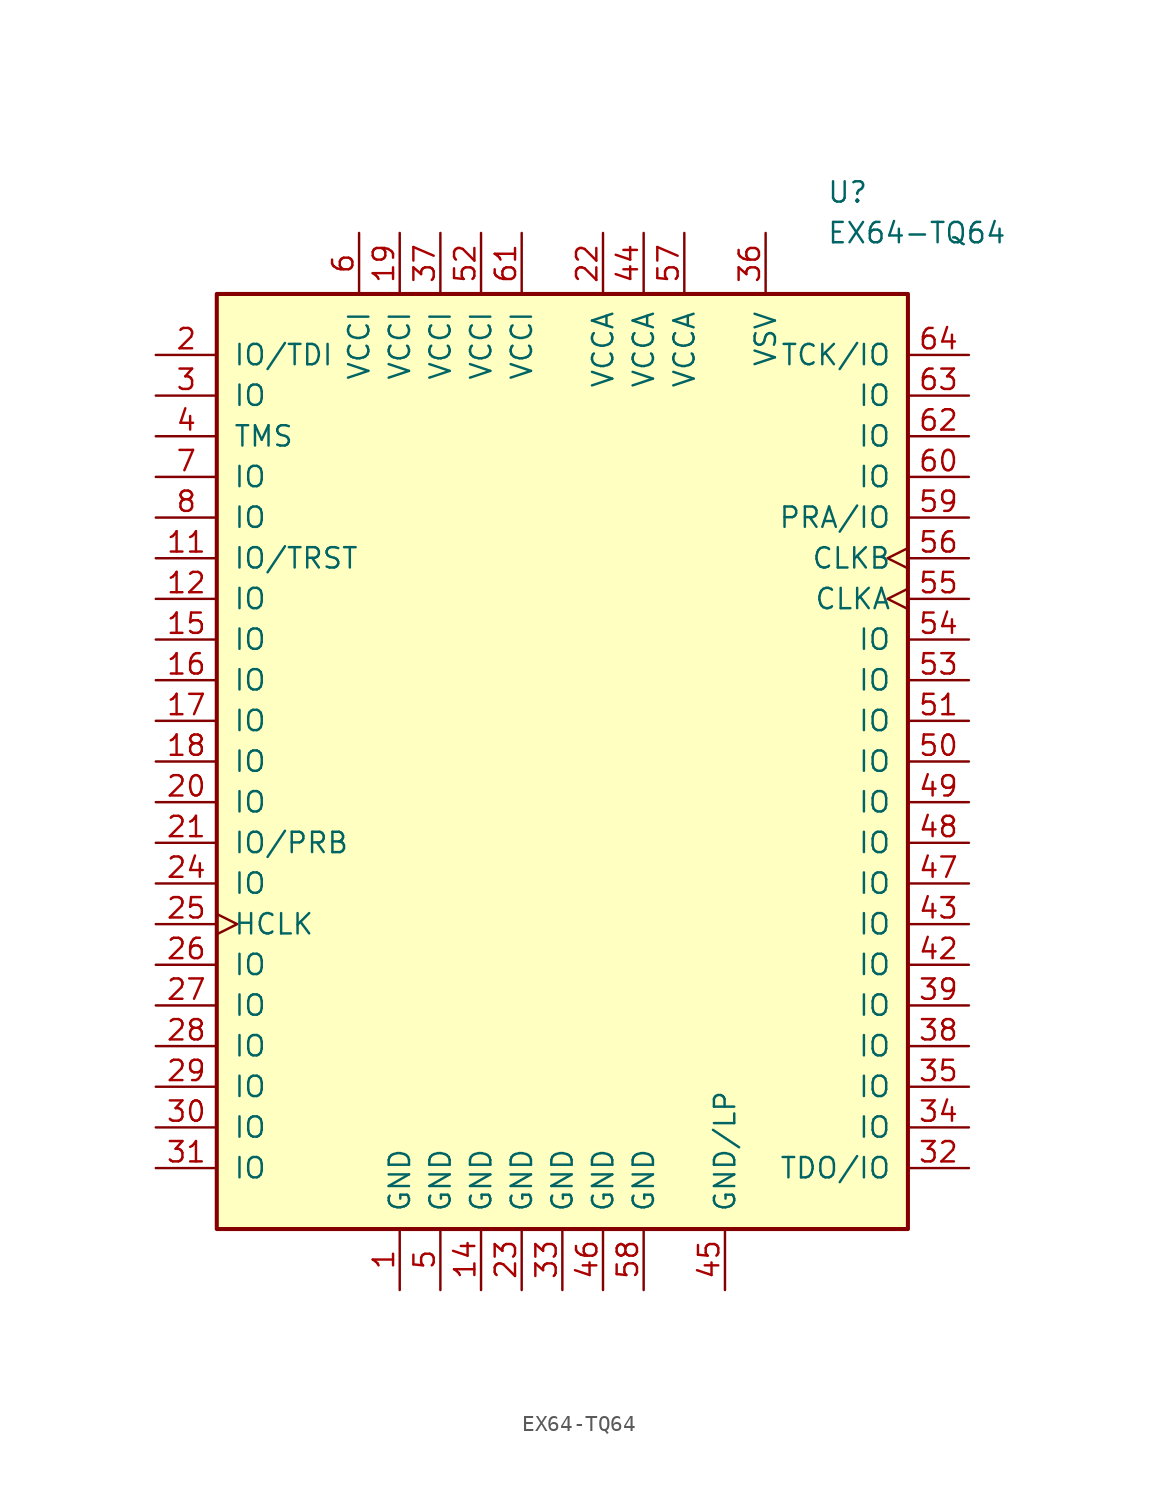
<source format=kicad_sym>
(kicad_symbol_lib
  (version 20211014)
  (generator kicad_symbol_editor)
  (symbol "EX64-TQ64"
    (pin_names
      (offset 1.016))
    (property "Reference" "U"
      (at 16.51 35.56 0)
      (effects (font (size 1.27 1.27)) (justify left)))
    (property "Value" "EX64-TQ64"
      (at 16.51 33.02 0)
      (effects (font (size 1.27 1.27)) (justify left)))
    (symbol "EX64-TQ64_0_1"
      (rectangle (start -21.59 29.21) (end 21.59 -29.21) (stroke (width 0.254) (type default) (color 0 0 0 0)) (fill (type background))))
    (symbol "EX64-TQ64_1_1"
      (pin power_out line (at -10.16 -33.02 90) (length 3.81) (name "GND" (effects (font (size 1.27 1.27)))) (number "1" (effects (font (size 1.27 1.27)))))
      (pin bidirectional line (at -25.4 12.7 0) (length 3.81) (name "IO/TRST" (effects (font (size 1.27 1.27)))) (number "11" (effects (font (size 1.27 1.27)))))
      (pin bidirectional line (at -25.4 10.16 0) (length 3.81) (name "IO" (effects (font (size 1.27 1.27)))) (number "12" (effects (font (size 1.27 1.27)))))
      (pin power_out line (at -5.08 -33.02 90) (length 3.81) (name "GND" (effects (font (size 1.27 1.27)))) (number "14" (effects (font (size 1.27 1.27)))))
      (pin bidirectional line (at -25.4 7.62 0) (length 3.81) (name "IO" (effects (font (size 1.27 1.27)))) (number "15" (effects (font (size 1.27 1.27)))))
      (pin bidirectional line (at -25.4 5.08 0) (length 3.81) (name "IO" (effects (font (size 1.27 1.27)))) (number "16" (effects (font (size 1.27 1.27)))))
      (pin bidirectional line (at -25.4 2.54 0) (length 3.81) (name "IO" (effects (font (size 1.27 1.27)))) (number "17" (effects (font (size 1.27 1.27)))))
      (pin bidirectional line (at -25.4 0 0) (length 3.81) (name "IO" (effects (font (size 1.27 1.27)))) (number "18" (effects (font (size 1.27 1.27)))))
      (pin power_in line (at -10.16 33.02 270) (length 3.81) (name "VCCI" (effects (font (size 1.27 1.27)))) (number "19" (effects (font (size 1.27 1.27)))))
      (pin bidirectional line (at -25.4 25.4 0) (length 3.81) (name "IO/TDI" (effects (font (size 1.27 1.27)))) (number "2" (effects (font (size 1.27 1.27)))))
      (pin bidirectional line (at -25.4 -2.54 0) (length 3.81) (name "IO" (effects (font (size 1.27 1.27)))) (number "20" (effects (font (size 1.27 1.27)))))
      (pin bidirectional line (at -25.4 -5.08 0) (length 3.81) (name "IO/PRB" (effects (font (size 1.27 1.27)))) (number "21" (effects (font (size 1.27 1.27)))))
      (pin power_in line (at 2.54 33.02 270) (length 3.81) (name "VCCA" (effects (font (size 1.27 1.27)))) (number "22" (effects (font (size 1.27 1.27)))))
      (pin power_out line (at -2.54 -33.02 90) (length 3.81) (name "GND" (effects (font (size 1.27 1.27)))) (number "23" (effects (font (size 1.27 1.27)))))
      (pin bidirectional line (at -25.4 -7.62 0) (length 3.81) (name "IO" (effects (font (size 1.27 1.27)))) (number "24" (effects (font (size 1.27 1.27)))))
      (pin input clock (at -25.4 -10.16 0) (length 3.81) (name "HCLK" (effects (font (size 1.27 1.27)))) (number "25" (effects (font (size 1.27 1.27)))))
      (pin bidirectional line (at -25.4 -12.7 0) (length 3.81) (name "IO" (effects (font (size 1.27 1.27)))) (number "26" (effects (font (size 1.27 1.27)))))
      (pin bidirectional line (at -25.4 -15.24 0) (length 3.81) (name "IO" (effects (font (size 1.27 1.27)))) (number "27" (effects (font (size 1.27 1.27)))))
      (pin bidirectional line (at -25.4 -17.78 0) (length 3.81) (name "IO" (effects (font (size 1.27 1.27)))) (number "28" (effects (font (size 1.27 1.27)))))
      (pin bidirectional line (at -25.4 -20.32 0) (length 3.81) (name "IO" (effects (font (size 1.27 1.27)))) (number "29" (effects (font (size 1.27 1.27)))))
      (pin bidirectional line (at -25.4 22.86 0) (length 3.81) (name "IO" (effects (font (size 1.27 1.27)))) (number "3" (effects (font (size 1.27 1.27)))))
      (pin bidirectional line (at -25.4 -22.86 0) (length 3.81) (name "IO" (effects (font (size 1.27 1.27)))) (number "30" (effects (font (size 1.27 1.27)))))
      (pin bidirectional line (at -25.4 -25.4 0) (length 3.81) (name "IO" (effects (font (size 1.27 1.27)))) (number "31" (effects (font (size 1.27 1.27)))))
      (pin bidirectional line (at 25.4 -25.4 180) (length 3.81) (name "TDO/IO" (effects (font (size 1.27 1.27)))) (number "32" (effects (font (size 1.27 1.27)))))
      (pin power_out line (at 0 -33.02 90) (length 3.81) (name "GND" (effects (font (size 1.27 1.27)))) (number "33" (effects (font (size 1.27 1.27)))))
      (pin bidirectional line (at 25.4 -22.86 180) (length 3.81) (name "IO" (effects (font (size 1.27 1.27)))) (number "34" (effects (font (size 1.27 1.27)))))
      (pin bidirectional line (at 25.4 -20.32 180) (length 3.81) (name "IO" (effects (font (size 1.27 1.27)))) (number "35" (effects (font (size 1.27 1.27)))))
      (pin power_in line (at 12.7 33.02 270) (length 3.81) (name "VSV" (effects (font (size 1.27 1.27)))) (number "36" (effects (font (size 1.27 1.27)))))
      (pin power_in line (at -7.62 33.02 270) (length 3.81) (name "VCCI" (effects (font (size 1.27 1.27)))) (number "37" (effects (font (size 1.27 1.27)))))
      (pin bidirectional line (at 25.4 -17.78 180) (length 3.81) (name "IO" (effects (font (size 1.27 1.27)))) (number "38" (effects (font (size 1.27 1.27)))))
      (pin bidirectional line (at 25.4 -15.24 180) (length 3.81) (name "IO" (effects (font (size 1.27 1.27)))) (number "39" (effects (font (size 1.27 1.27)))))
      (pin input line (at -25.4 20.32 0) (length 3.81) (name "TMS" (effects (font (size 1.27 1.27)))) (number "4" (effects (font (size 1.27 1.27)))))
      (pin bidirectional line (at 25.4 -12.7 180) (length 3.81) (name "IO" (effects (font (size 1.27 1.27)))) (number "42" (effects (font (size 1.27 1.27)))))
      (pin bidirectional line (at 25.4 -10.16 180) (length 3.81) (name "IO" (effects (font (size 1.27 1.27)))) (number "43" (effects (font (size 1.27 1.27)))))
      (pin power_in line (at 5.08 33.02 270) (length 3.81) (name "VCCA" (effects (font (size 1.27 1.27)))) (number "44" (effects (font (size 1.27 1.27)))))
      (pin power_out line (at 10.16 -33.02 90) (length 3.81) (name "GND/LP" (effects (font (size 1.27 1.27)))) (number "45" (effects (font (size 1.27 1.27)))))
      (pin power_out line (at 2.54 -33.02 90) (length 3.81) (name "GND" (effects (font (size 1.27 1.27)))) (number "46" (effects (font (size 1.27 1.27)))))
      (pin bidirectional line (at 25.4 -7.62 180) (length 3.81) (name "IO" (effects (font (size 1.27 1.27)))) (number "47" (effects (font (size 1.27 1.27)))))
      (pin bidirectional line (at 25.4 -5.08 180) (length 3.81) (name "IO" (effects (font (size 1.27 1.27)))) (number "48" (effects (font (size 1.27 1.27)))))
      (pin bidirectional line (at 25.4 -2.54 180) (length 3.81) (name "IO" (effects (font (size 1.27 1.27)))) (number "49" (effects (font (size 1.27 1.27)))))
      (pin power_out line (at -7.62 -33.02 90) (length 3.81) (name "GND" (effects (font (size 1.27 1.27)))) (number "5" (effects (font (size 1.27 1.27)))))
      (pin bidirectional line (at 25.4 0 180) (length 3.81) (name "IO" (effects (font (size 1.27 1.27)))) (number "50" (effects (font (size 1.27 1.27)))))
      (pin bidirectional line (at 25.4 2.54 180) (length 3.81) (name "IO" (effects (font (size 1.27 1.27)))) (number "51" (effects (font (size 1.27 1.27)))))
      (pin power_in line (at -5.08 33.02 270) (length 3.81) (name "VCCI" (effects (font (size 1.27 1.27)))) (number "52" (effects (font (size 1.27 1.27)))))
      (pin bidirectional line (at 25.4 5.08 180) (length 3.81) (name "IO" (effects (font (size 1.27 1.27)))) (number "53" (effects (font (size 1.27 1.27)))))
      (pin bidirectional line (at 25.4 7.62 180) (length 3.81) (name "IO" (effects (font (size 1.27 1.27)))) (number "54" (effects (font (size 1.27 1.27)))))
      (pin input clock (at 25.4 10.16 180) (length 3.81) (name "CLKA" (effects (font (size 1.27 1.27)))) (number "55" (effects (font (size 1.27 1.27)))))
      (pin input clock (at 25.4 12.7 180) (length 3.81) (name "CLKB" (effects (font (size 1.27 1.27)))) (number "56" (effects (font (size 1.27 1.27)))))
      (pin power_in line (at 7.62 33.02 270) (length 3.81) (name "VCCA" (effects (font (size 1.27 1.27)))) (number "57" (effects (font (size 1.27 1.27)))))
      (pin power_out line (at 5.08 -33.02 90) (length 3.81) (name "GND" (effects (font (size 1.27 1.27)))) (number "58" (effects (font (size 1.27 1.27)))))
      (pin bidirectional line (at 25.4 15.24 180) (length 3.81) (name "PRA/IO" (effects (font (size 1.27 1.27)))) (number "59" (effects (font (size 1.27 1.27)))))
      (pin power_in line (at -12.7 33.02 270) (length 3.81) (name "VCCI" (effects (font (size 1.27 1.27)))) (number "6" (effects (font (size 1.27 1.27)))))
      (pin bidirectional line (at 25.4 17.78 180) (length 3.81) (name "IO" (effects (font (size 1.27 1.27)))) (number "60" (effects (font (size 1.27 1.27)))))
      (pin power_in line (at -2.54 33.02 270) (length 3.81) (name "VCCI" (effects (font (size 1.27 1.27)))) (number "61" (effects (font (size 1.27 1.27)))))
      (pin bidirectional line (at 25.4 20.32 180) (length 3.81) (name "IO" (effects (font (size 1.27 1.27)))) (number "62" (effects (font (size 1.27 1.27)))))
      (pin bidirectional line (at 25.4 22.86 180) (length 3.81) (name "IO" (effects (font (size 1.27 1.27)))) (number "63" (effects (font (size 1.27 1.27)))))
      (pin bidirectional line (at 25.4 25.4 180) (length 3.81) (name "TCK/IO" (effects (font (size 1.27 1.27)))) (number "64" (effects (font (size 1.27 1.27)))))
      (pin bidirectional line (at -25.4 17.78 0) (length 3.81) (name "IO" (effects (font (size 1.27 1.27)))) (number "7" (effects (font (size 1.27 1.27)))))
      (pin bidirectional line (at -25.4 15.24 0) (length 3.81) (name "IO" (effects (font (size 1.27 1.27)))) (number "8" (effects (font (size 1.27 1.27))))))))
</source>
